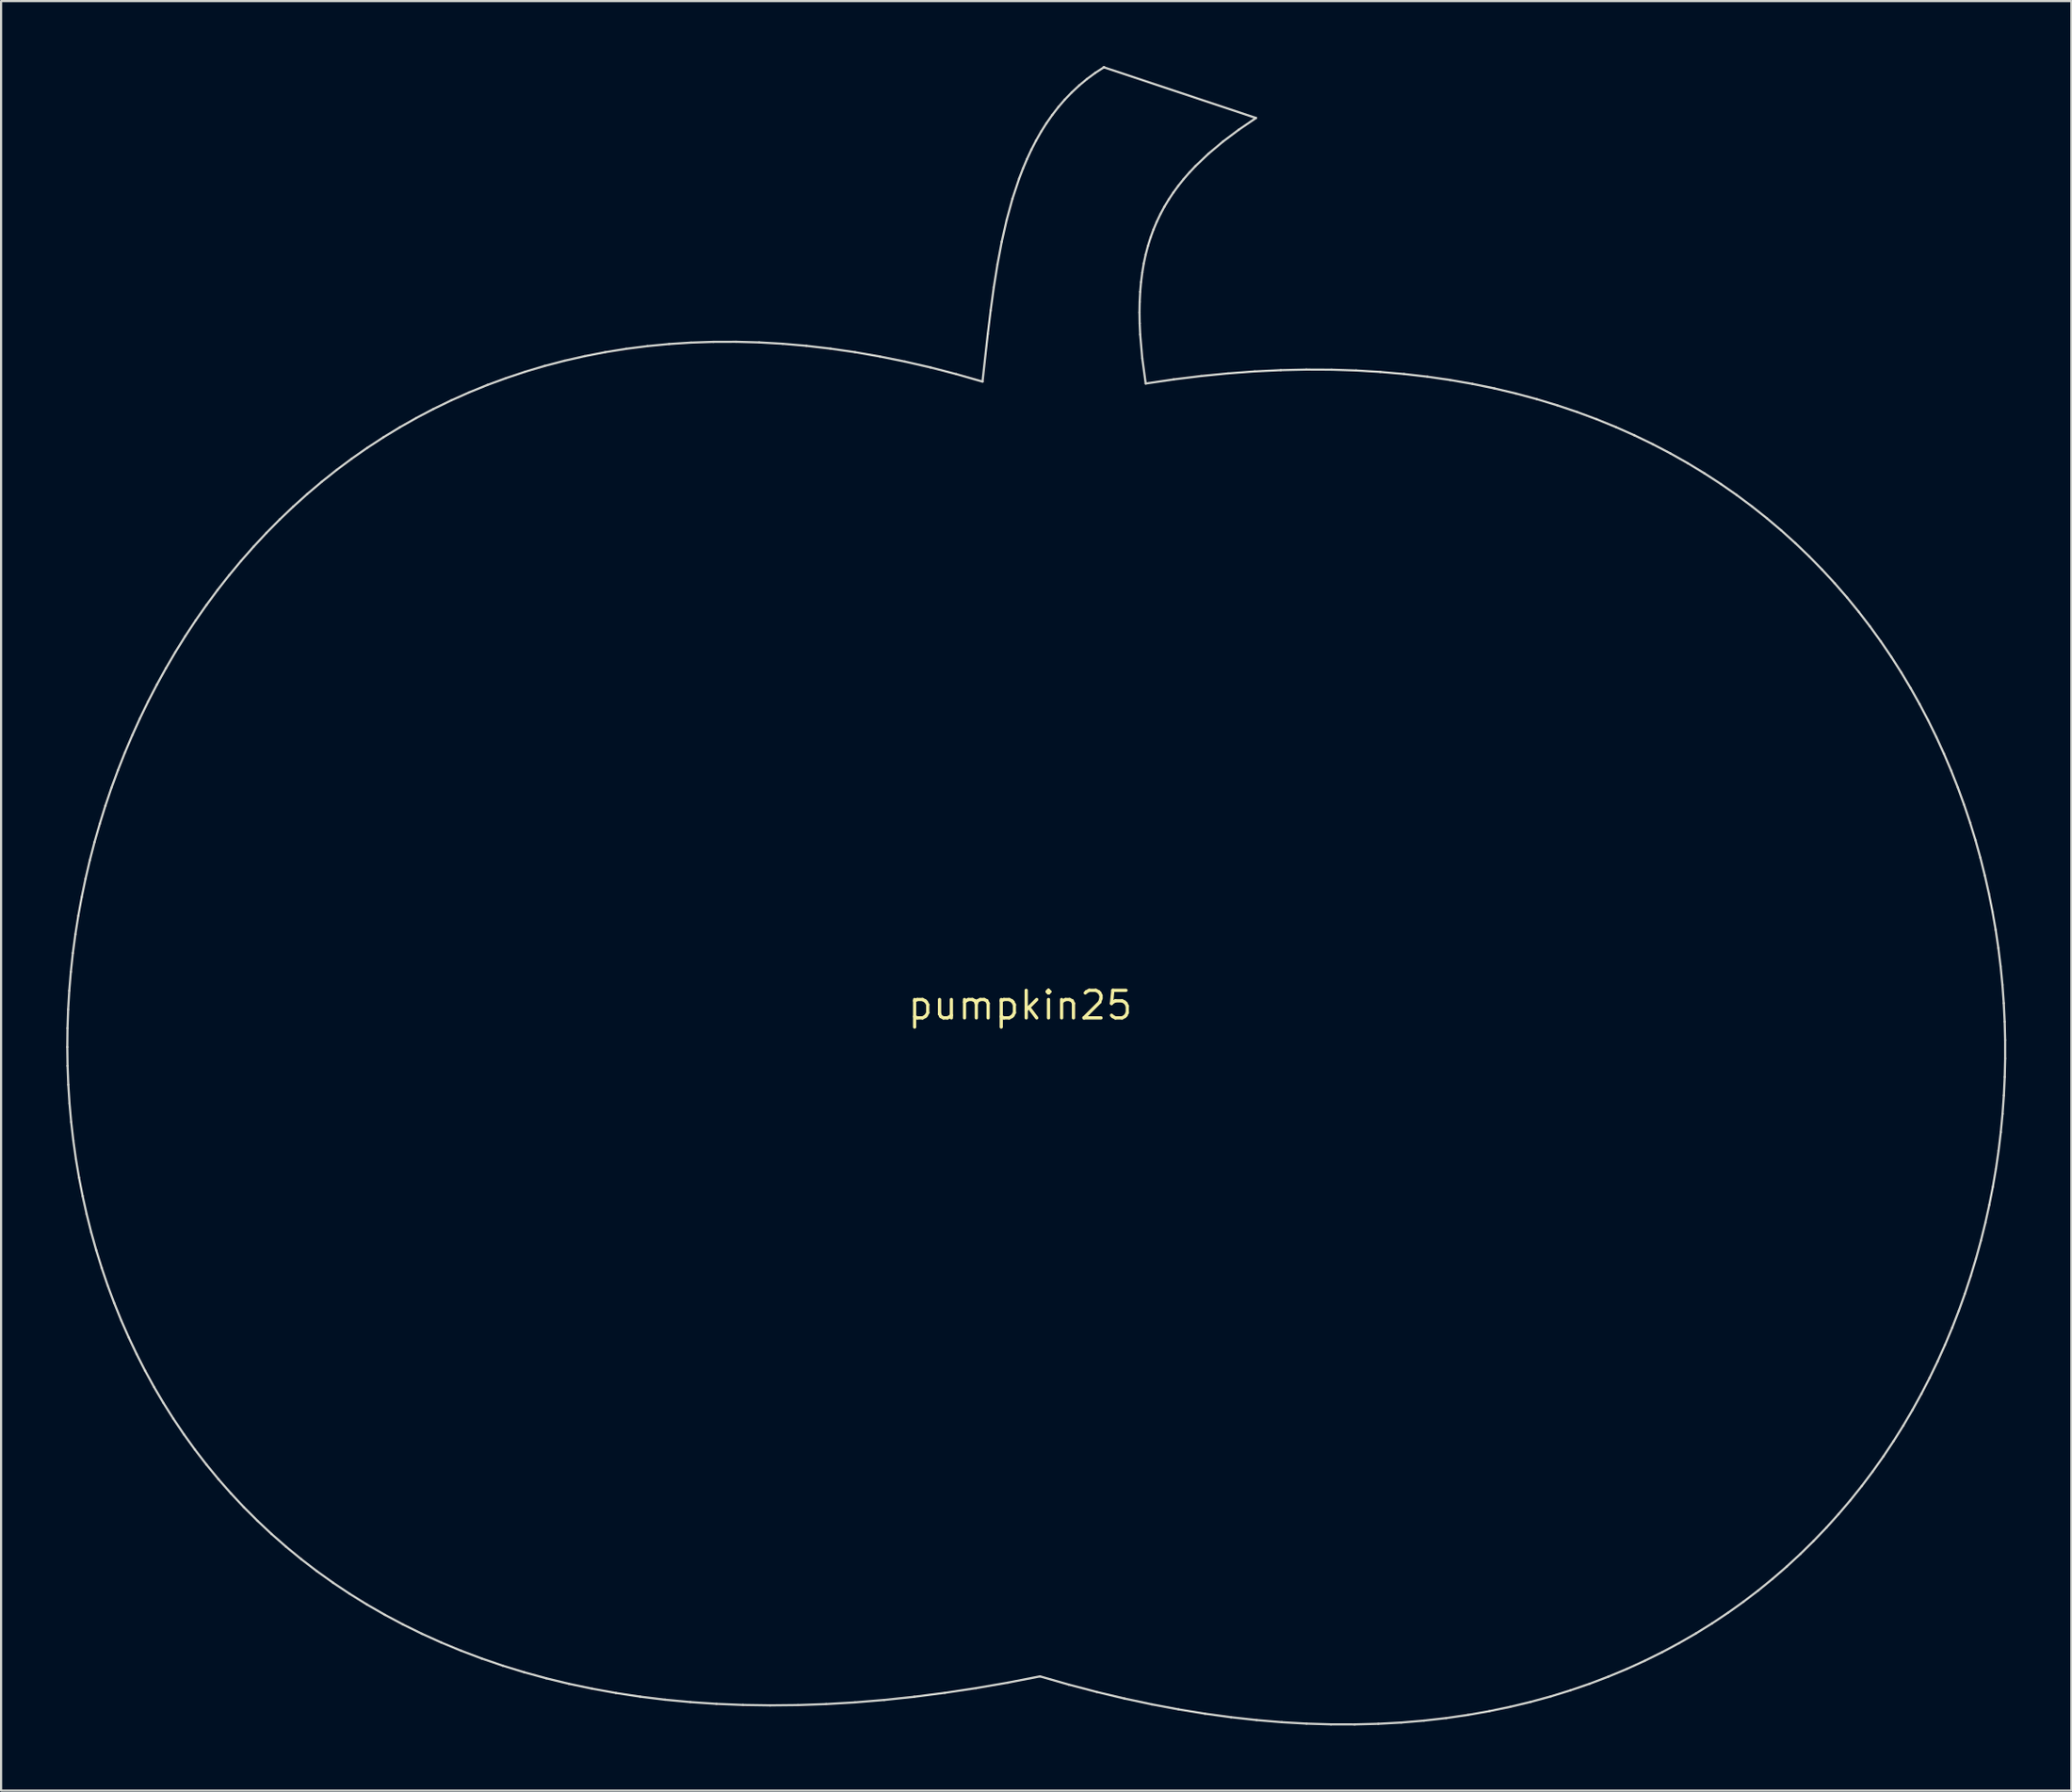
<source format=kicad_pcb>
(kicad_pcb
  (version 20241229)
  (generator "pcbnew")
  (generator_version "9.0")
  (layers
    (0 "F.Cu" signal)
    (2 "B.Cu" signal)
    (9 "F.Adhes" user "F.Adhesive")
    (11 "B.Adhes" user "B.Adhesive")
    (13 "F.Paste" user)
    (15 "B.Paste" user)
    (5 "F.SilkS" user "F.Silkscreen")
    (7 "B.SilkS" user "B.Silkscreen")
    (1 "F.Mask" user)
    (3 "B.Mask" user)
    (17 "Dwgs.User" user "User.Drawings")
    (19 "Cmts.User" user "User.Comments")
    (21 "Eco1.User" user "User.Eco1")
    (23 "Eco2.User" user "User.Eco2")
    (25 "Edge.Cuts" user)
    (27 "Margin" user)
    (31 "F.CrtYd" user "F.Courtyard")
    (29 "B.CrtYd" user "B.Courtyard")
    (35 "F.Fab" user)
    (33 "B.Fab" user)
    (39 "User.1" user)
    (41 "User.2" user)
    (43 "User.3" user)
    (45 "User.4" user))
  (footprint "pumpkin25"
    (layer "F.Cu")
    (at 43.953 43.276)
    (property "Reference" "pumpkin25" (at 0 0 0) (layer "F.SilkS") (effects (font (size 1.27 1.27) (thickness 0.15))))
    (attr through_hole)
    (fp_line (start -43.903 1.925) (end -43.891 2.791) (stroke (width 0.1) (type solid)) (layer "Edge.Cuts"))
    (fp_line (start -43.894 1.058) (end -43.903 1.925) (stroke (width 0.1) (type solid)) (layer "Edge.Cuts"))
    (fp_line (start -43.891 2.791) (end -43.857 3.656) (stroke (width 0.1) (type solid)) (layer "Edge.Cuts"))
    (fp_line (start -43.864 0.19) (end -43.894 1.058) (stroke (width 0.1) (type solid)) (layer "Edge.Cuts"))
    (fp_line (start -43.857 3.656) (end -43.801 4.519) (stroke (width 0.1) (type solid)) (layer "Edge.Cuts"))
    (fp_line (start -43.812 -0.676) (end -43.864 0.19) (stroke (width 0.1) (type solid)) (layer "Edge.Cuts"))
    (fp_line (start -43.801 4.519) (end -43.724 5.38) (stroke (width 0.1) (type solid)) (layer "Edge.Cuts"))
    (fp_line (start -43.739 -1.542) (end -43.812 -0.676) (stroke (width 0.1) (type solid)) (layer "Edge.Cuts"))
    (fp_line (start -43.724 5.38) (end -43.625 6.237) (stroke (width 0.1) (type solid)) (layer "Edge.Cuts"))
    (fp_line (start -43.646 -2.406) (end -43.739 -1.542) (stroke (width 0.1) (type solid)) (layer "Edge.Cuts"))
    (fp_line (start -43.625 6.237) (end -43.505 7.091) (stroke (width 0.1) (type solid)) (layer "Edge.Cuts"))
    (fp_line (start -43.531 -3.268) (end -43.646 -2.406) (stroke (width 0.1) (type solid)) (layer "Edge.Cuts"))
    (fp_line (start -43.505 7.091) (end -43.362 7.941) (stroke (width 0.1) (type solid)) (layer "Edge.Cuts"))
    (fp_line (start -43.395 -4.127) (end -43.531 -3.268) (stroke (width 0.1) (type solid)) (layer "Edge.Cuts"))
    (fp_line (start -43.362 7.941) (end -43.198 8.785) (stroke (width 0.1) (type solid)) (layer "Edge.Cuts"))
    (fp_line (start -43.239 -4.983) (end -43.395 -4.127) (stroke (width 0.1) (type solid)) (layer "Edge.Cuts"))
    (fp_line (start -43.198 8.785) (end -43.011 9.625) (stroke (width 0.1) (type solid)) (layer "Edge.Cuts"))
    (fp_line (start -43.062 -5.835) (end -43.239 -4.983) (stroke (width 0.1) (type solid)) (layer "Edge.Cuts"))
    (fp_line (start -43.011 9.625) (end -42.802 10.458) (stroke (width 0.1) (type solid)) (layer "Edge.Cuts"))
    (fp_line (start -42.865 -6.682) (end -43.062 -5.835) (stroke (width 0.1) (type solid)) (layer "Edge.Cuts"))
    (fp_line (start -42.802 10.458) (end -42.57 11.285) (stroke (width 0.1) (type solid)) (layer "Edge.Cuts"))
    (fp_line (start -42.647 -7.524) (end -42.865 -6.682) (stroke (width 0.1) (type solid)) (layer "Edge.Cuts"))
    (fp_line (start -42.57 11.285) (end -42.317 12.104) (stroke (width 0.1) (type solid)) (layer "Edge.Cuts"))
    (fp_line (start -42.408 -8.361) (end -42.647 -7.524) (stroke (width 0.1) (type solid)) (layer "Edge.Cuts"))
    (fp_line (start -42.317 12.104) (end -42.041 12.916) (stroke (width 0.1) (type solid)) (layer "Edge.Cuts"))
    (fp_line (start -42.15 -9.191) (end -42.408 -8.361) (stroke (width 0.1) (type solid)) (layer "Edge.Cuts"))
    (fp_line (start -42.041 12.916) (end -41.742 13.719) (stroke (width 0.1) (type solid)) (layer "Edge.Cuts"))
    (fp_line (start -41.871 -10.014) (end -42.15 -9.191) (stroke (width 0.1) (type solid)) (layer "Edge.Cuts"))
    (fp_line (start -41.742 13.719) (end -41.421 14.514) (stroke (width 0.1) (type solid)) (layer "Edge.Cuts"))
    (fp_line (start -41.571 -10.83) (end -41.871 -10.014) (stroke (width 0.1) (type solid)) (layer "Edge.Cuts"))
    (fp_line (start -41.421 14.514) (end -41.076 15.298) (stroke (width 0.1) (type solid)) (layer "Edge.Cuts"))
    (fp_line (start -41.252 -11.637) (end -41.571 -10.83) (stroke (width 0.1) (type solid)) (layer "Edge.Cuts"))
    (fp_line (start -41.076 15.298) (end -40.709 16.073) (stroke (width 0.1) (type solid)) (layer "Edge.Cuts"))
    (fp_line (start -40.913 -12.436) (end -41.252 -11.637) (stroke (width 0.1) (type solid)) (layer "Edge.Cuts"))
    (fp_line (start -40.709 16.073) (end -40.32 16.837) (stroke (width 0.1) (type solid)) (layer "Edge.Cuts"))
    (fp_line (start -40.554 -13.226) (end -40.913 -12.436) (stroke (width 0.1) (type solid)) (layer "Edge.Cuts"))
    (fp_line (start -40.32 16.837) (end -39.907 17.59) (stroke (width 0.1) (type solid)) (layer "Edge.Cuts"))
    (fp_line (start -40.176 -14.006) (end -40.554 -13.226) (stroke (width 0.1) (type solid)) (layer "Edge.Cuts"))
    (fp_line (start -39.907 17.59) (end -39.471 18.331) (stroke (width 0.1) (type solid)) (layer "Edge.Cuts"))
    (fp_line (start -39.777 -14.775) (end -40.176 -14.006) (stroke (width 0.1) (type solid)) (layer "Edge.Cuts"))
    (fp_line (start -39.471 18.331) (end -39.011 19.059) (stroke (width 0.1) (type solid)) (layer "Edge.Cuts"))
    (fp_line (start -39.359 -15.533) (end -39.777 -14.775) (stroke (width 0.1) (type solid)) (layer "Edge.Cuts"))
    (fp_line (start -39.011 19.059) (end -38.529 19.774) (stroke (width 0.1) (type solid)) (layer "Edge.Cuts"))
    (fp_line (start -38.922 -16.28) (end -39.359 -15.533) (stroke (width 0.1) (type solid)) (layer "Edge.Cuts"))
    (fp_line (start -38.529 19.774) (end -38.023 20.476) (stroke (width 0.1) (type solid)) (layer "Edge.Cuts"))
    (fp_line (start -38.465 -17.015) (end -38.922 -16.28) (stroke (width 0.1) (type solid)) (layer "Edge.Cuts"))
    (fp_line (start -38.023 20.476) (end -37.494 21.163) (stroke (width 0.1) (type solid)) (layer "Edge.Cuts"))
    (fp_line (start -37.989 -17.737) (end -38.465 -17.015) (stroke (width 0.1) (type solid)) (layer "Edge.Cuts"))
    (fp_line (start -37.494 21.163) (end -36.941 21.836) (stroke (width 0.1) (type solid)) (layer "Edge.Cuts"))
    (fp_line (start -37.493 -18.445) (end -37.989 -17.737) (stroke (width 0.1) (type solid)) (layer "Edge.Cuts"))
    (fp_line (start -36.979 -19.14) (end -37.493 -18.445) (stroke (width 0.1) (type solid)) (layer "Edge.Cuts"))
    (fp_line (start -36.941 21.836) (end -36.364 22.493) (stroke (width 0.1) (type solid)) (layer "Edge.Cuts"))
    (fp_line (start -36.445 -19.82) (end -36.979 -19.14) (stroke (width 0.1) (type solid)) (layer "Edge.Cuts"))
    (fp_line (start -36.364 22.493) (end -35.764 23.134) (stroke (width 0.1) (type solid)) (layer "Edge.Cuts"))
    (fp_line (start -35.892 -20.485) (end -36.445 -19.82) (stroke (width 0.1) (type solid)) (layer "Edge.Cuts"))
    (fp_line (start -35.764 23.134) (end -35.139 23.758) (stroke (width 0.1) (type solid)) (layer "Edge.Cuts"))
    (fp_line (start -35.321 -21.134) (end -35.892 -20.485) (stroke (width 0.1) (type solid)) (layer "Edge.Cuts"))
    (fp_line (start -35.139 23.758) (end -34.491 24.366) (stroke (width 0.1) (type solid)) (layer "Edge.Cuts"))
    (fp_line (start -34.731 -21.767) (end -35.321 -21.134) (stroke (width 0.1) (type solid)) (layer "Edge.Cuts"))
    (fp_line (start -34.491 24.366) (end -33.819 24.955) (stroke (width 0.1) (type solid)) (layer "Edge.Cuts"))
    (fp_line (start -34.122 -22.383) (end -34.731 -21.767) (stroke (width 0.1) (type solid)) (layer "Edge.Cuts"))
    (fp_line (start -33.819 24.955) (end -33.123 25.526) (stroke (width 0.1) (type solid)) (layer "Edge.Cuts"))
    (fp_line (start -33.494 -22.981) (end -34.122 -22.383) (stroke (width 0.1) (type solid)) (layer "Edge.Cuts"))
    (fp_line (start -33.123 25.526) (end -32.403 26.079) (stroke (width 0.1) (type solid)) (layer "Edge.Cuts"))
    (fp_line (start -32.848 -23.562) (end -33.494 -22.981) (stroke (width 0.1) (type solid)) (layer "Edge.Cuts"))
    (fp_line (start -32.403 26.079) (end -31.658 26.611) (stroke (width 0.1) (type solid)) (layer "Edge.Cuts"))
    (fp_line (start -32.184 -24.123) (end -32.848 -23.562) (stroke (width 0.1) (type solid)) (layer "Edge.Cuts"))
    (fp_line (start -31.658 26.611) (end -30.889 27.124) (stroke (width 0.1) (type solid)) (layer "Edge.Cuts"))
    (fp_line (start -31.501 -24.666) (end -32.184 -24.123) (stroke (width 0.1) (type solid)) (layer "Edge.Cuts"))
    (fp_line (start -30.889 27.124) (end -30.095 27.616) (stroke (width 0.1) (type solid)) (layer "Edge.Cuts"))
    (fp_line (start -30.8 -25.189) (end -31.501 -24.666) (stroke (width 0.1) (type solid)) (layer "Edge.Cuts"))
    (fp_line (start -30.095 27.616) (end -29.277 28.086) (stroke (width 0.1) (type solid)) (layer "Edge.Cuts"))
    (fp_line (start -30.081 -25.691) (end -30.8 -25.189) (stroke (width 0.1) (type solid)) (layer "Edge.Cuts"))
    (fp_line (start -29.344 -26.172) (end -30.081 -25.691) (stroke (width 0.1) (type solid)) (layer "Edge.Cuts"))
    (fp_line (start -29.277 28.086) (end -28.434 28.535) (stroke (width 0.1) (type solid)) (layer "Edge.Cuts"))
    (fp_line (start -28.589 -26.632) (end -29.344 -26.172) (stroke (width 0.1) (type solid)) (layer "Edge.Cuts"))
    (fp_line (start -28.434 28.535) (end -27.567 28.961) (stroke (width 0.1) (type solid)) (layer "Edge.Cuts"))
    (fp_line (start -27.816 -27.07) (end -28.589 -26.632) (stroke (width 0.1) (type solid)) (layer "Edge.Cuts"))
    (fp_line (start -27.567 28.961) (end -26.674 29.365) (stroke (width 0.1) (type solid)) (layer "Edge.Cuts"))
    (fp_line (start -27.025 -27.485) (end -27.816 -27.07) (stroke (width 0.1) (type solid)) (layer "Edge.Cuts"))
    (fp_line (start -26.674 29.365) (end -25.757 29.744) (stroke (width 0.1) (type solid)) (layer "Edge.Cuts"))
    (fp_line (start -26.216 -27.876) (end -27.025 -27.485) (stroke (width 0.1) (type solid)) (layer "Edge.Cuts"))
    (fp_line (start -25.757 29.744) (end -24.815 30.1) (stroke (width 0.1) (type solid)) (layer "Edge.Cuts"))
    (fp_line (start -25.39 -28.244) (end -26.216 -27.876) (stroke (width 0.1) (type solid)) (layer "Edge.Cuts"))
    (fp_line (start -24.815 30.1) (end -23.848 30.43) (stroke (width 0.1) (type solid)) (layer "Edge.Cuts"))
    (fp_line (start -24.547 -28.587) (end -25.39 -28.244) (stroke (width 0.1) (type solid)) (layer "Edge.Cuts"))
    (fp_line (start -23.848 30.43) (end -22.855 30.735) (stroke (width 0.1) (type solid)) (layer "Edge.Cuts"))
    (fp_line (start -23.686 -28.904) (end -24.547 -28.587) (stroke (width 0.1) (type solid)) (layer "Edge.Cuts"))
    (fp_line (start -22.855 30.735) (end -21.837 31.014) (stroke (width 0.1) (type solid)) (layer "Edge.Cuts"))
    (fp_line (start -22.807 -29.197) (end -23.686 -28.904) (stroke (width 0.1) (type solid)) (layer "Edge.Cuts"))
    (fp_line (start -21.912 -29.463) (end -22.807 -29.197) (stroke (width 0.1) (type solid)) (layer "Edge.Cuts"))
    (fp_line (start -21.837 31.014) (end -20.794 31.267) (stroke (width 0.1) (type solid)) (layer "Edge.Cuts"))
    (fp_line (start -20.999 -29.702) (end -21.912 -29.463) (stroke (width 0.1) (type solid)) (layer "Edge.Cuts"))
    (fp_line (start -20.794 31.267) (end -19.725 31.492) (stroke (width 0.1) (type solid)) (layer "Edge.Cuts"))
    (fp_line (start -20.069 -29.913) (end -20.999 -29.702) (stroke (width 0.1) (type solid)) (layer "Edge.Cuts"))
    (fp_line (start -19.725 31.492) (end -18.631 31.69) (stroke (width 0.1) (type solid)) (layer "Edge.Cuts"))
    (fp_line (start -19.122 -30.097) (end -20.069 -29.913) (stroke (width 0.1) (type solid)) (layer "Edge.Cuts"))
    (fp_line (start -18.631 31.69) (end -17.511 31.859) (stroke (width 0.1) (type solid)) (layer "Edge.Cuts"))
    (fp_line (start -18.159 -30.252) (end -19.122 -30.097) (stroke (width 0.1) (type solid)) (layer "Edge.Cuts"))
    (fp_line (start -17.511 31.859) (end -16.366 32) (stroke (width 0.1) (type solid)) (layer "Edge.Cuts"))
    (fp_line (start -17.178 -30.377) (end -18.159 -30.252) (stroke (width 0.1) (type solid)) (layer "Edge.Cuts"))
    (fp_line (start -16.366 32) (end -15.194 32.11) (stroke (width 0.1) (type solid)) (layer "Edge.Cuts"))
    (fp_line (start -16.181 -30.473) (end -17.178 -30.377) (stroke (width 0.1) (type solid)) (layer "Edge.Cuts"))
    (fp_line (start -15.194 32.11) (end -13.997 32.191) (stroke (width 0.1) (type solid)) (layer "Edge.Cuts"))
    (fp_line (start -15.167 -30.539) (end -16.181 -30.473) (stroke (width 0.1) (type solid)) (layer "Edge.Cuts"))
    (fp_line (start -14.137 -30.573) (end -15.167 -30.539) (stroke (width 0.1) (type solid)) (layer "Edge.Cuts"))
    (fp_line (start -13.997 32.191) (end -12.774 32.241) (stroke (width 0.1) (type solid)) (layer "Edge.Cuts"))
    (fp_line (start -13.091 -30.576) (end -14.137 -30.573) (stroke (width 0.1) (type solid)) (layer "Edge.Cuts"))
    (fp_line (start -12.774 32.241) (end -11.524 32.26) (stroke (width 0.1) (type solid)) (layer "Edge.Cuts"))
    (fp_line (start -12.028 -30.547) (end -13.091 -30.576) (stroke (width 0.1) (type solid)) (layer "Edge.Cuts"))
    (fp_line (start -11.524 32.26) (end -10.249 32.247) (stroke (width 0.1) (type solid)) (layer "Edge.Cuts"))
    (fp_line (start -10.948 -30.485) (end -12.028 -30.547) (stroke (width 0.1) (type solid)) (layer "Edge.Cuts"))
    (fp_line (start -10.249 32.247) (end -8.947 32.201) (stroke (width 0.1) (type solid)) (layer "Edge.Cuts"))
    (fp_line (start -9.853 -30.39) (end -10.948 -30.485) (stroke (width 0.1) (type solid)) (layer "Edge.Cuts"))
    (fp_line (start -8.947 32.201) (end -7.619 32.123) (stroke (width 0.1) (type solid)) (layer "Edge.Cuts"))
    (fp_line (start -8.741 -30.26) (end -9.853 -30.39) (stroke (width 0.1) (type solid)) (layer "Edge.Cuts"))
    (fp_line (start -7.619 32.123) (end -6.264 32.011) (stroke (width 0.1) (type solid)) (layer "Edge.Cuts"))
    (fp_line (start -7.614 -30.097) (end -8.741 -30.26) (stroke (width 0.1) (type solid)) (layer "Edge.Cuts"))
    (fp_line (start -6.47 -29.898) (end -7.614 -30.097) (stroke (width 0.1) (type solid)) (layer "Edge.Cuts"))
    (fp_line (start -6.264 32.011) (end -4.883 31.864) (stroke (width 0.1) (type solid)) (layer "Edge.Cuts"))
    (fp_line (start -5.311 -29.663) (end -6.47 -29.898) (stroke (width 0.1) (type solid)) (layer "Edge.Cuts"))
    (fp_line (start -4.883 31.864) (end -3.475 31.683) (stroke (width 0.1) (type solid)) (layer "Edge.Cuts"))
    (fp_line (start -4.136 -29.393) (end -5.311 -29.663) (stroke (width 0.1) (type solid)) (layer "Edge.Cuts"))
    (fp_line (start -3.475 31.683) (end -2.04 31.467) (stroke (width 0.1) (type solid)) (layer "Edge.Cuts"))
    (fp_line (start -2.946 -29.085) (end -4.136 -29.393) (stroke (width 0.1) (type solid)) (layer "Edge.Cuts"))
    (fp_line (start -2.04 31.467) (end -0.579 31.214) (stroke (width 0.1) (type solid)) (layer "Edge.Cuts"))
    (fp_line (start -1.74 -28.74) (end -2.946 -29.085) (stroke (width 0.1) (type solid)) (layer "Edge.Cuts"))
    (fp_line (start -1.498 -30.932) (end -1.74 -28.74) (stroke (width 0.1) (type solid)) (layer "Edge.Cuts"))
    (fp_line (start -1.366 -32.018) (end -1.498 -30.932) (stroke (width 0.1) (type solid)) (layer "Edge.Cuts"))
    (fp_line (start -1.219 -33.092) (end -1.366 -32.018) (stroke (width 0.1) (type solid)) (layer "Edge.Cuts"))
    (fp_line (start -1.05 -34.149) (end -1.219 -33.092) (stroke (width 0.1) (type solid)) (layer "Edge.Cuts"))
    (fp_line (start -0.855 -35.183) (end -1.05 -34.149) (stroke (width 0.1) (type solid)) (layer "Edge.Cuts"))
    (fp_line (start -0.628 -36.19) (end -0.855 -35.183) (stroke (width 0.1) (type solid)) (layer "Edge.Cuts"))
    (fp_line (start -0.579 31.214) (end 0.909 30.925) (stroke (width 0.1) (type solid)) (layer "Edge.Cuts"))
    (fp_line (start -0.362 -37.164) (end -0.628 -36.19) (stroke (width 0.1) (type solid)) (layer "Edge.Cuts"))
    (fp_line (start -0.051 -38.102) (end -0.362 -37.164) (stroke (width 0.1) (type solid)) (layer "Edge.Cuts"))
    (fp_line (start 0.123 -38.556) (end -0.051 -38.102) (stroke (width 0.1) (type solid)) (layer "Edge.Cuts"))
    (fp_line (start 0.31 -38.999) (end 0.123 -38.556) (stroke (width 0.1) (type solid)) (layer "Edge.Cuts"))
    (fp_line (start 0.51 -39.429) (end 0.31 -38.999) (stroke (width 0.1) (type solid)) (layer "Edge.Cuts"))
    (fp_line (start 0.726 -39.848) (end 0.51 -39.429) (stroke (width 0.1) (type solid)) (layer "Edge.Cuts"))
    (fp_line (start 0.909 30.925) (end 2.225 31.302) (stroke (width 0.1) (type solid)) (layer "Edge.Cuts"))
    (fp_line (start 0.957 -40.254) (end 0.726 -39.848) (stroke (width 0.1) (type solid)) (layer "Edge.Cuts"))
    (fp_line (start 1.204 -40.646) (end 0.957 -40.254) (stroke (width 0.1) (type solid)) (layer "Edge.Cuts"))
    (fp_line (start 1.469 -41.024) (end 1.204 -40.646) (stroke (width 0.1) (type solid)) (layer "Edge.Cuts"))
    (fp_line (start 1.75 -41.388) (end 1.469 -41.024) (stroke (width 0.1) (type solid)) (layer "Edge.Cuts"))
    (fp_line (start 2.05 -41.736) (end 1.75 -41.388) (stroke (width 0.1) (type solid)) (layer "Edge.Cuts"))
    (fp_line (start 2.225 31.302) (end 3.52 31.642) (stroke (width 0.1) (type solid)) (layer "Edge.Cuts"))
    (fp_line (start 2.37 -42.068) (end 2.05 -41.736) (stroke (width 0.1) (type solid)) (layer "Edge.Cuts"))
    (fp_line (start 2.709 -42.384) (end 2.37 -42.068) (stroke (width 0.1) (type solid)) (layer "Edge.Cuts"))
    (fp_line (start 3.068 -42.683) (end 2.709 -42.384) (stroke (width 0.1) (type solid)) (layer "Edge.Cuts"))
    (fp_line (start 3.449 -42.964) (end 3.068 -42.683) (stroke (width 0.1) (type solid)) (layer "Edge.Cuts"))
    (fp_line (start 3.52 31.642) (end 4.797 31.945) (stroke (width 0.1) (type solid)) (layer "Edge.Cuts"))
    (fp_line (start 3.852 -43.226) (end 3.852 -43.226) (stroke (width 0.1) (type solid)) (layer "Edge.Cuts"))
    (fp_line (start 3.852 -43.226) (end 3.449 -42.964) (stroke (width 0.1) (type solid)) (layer "Edge.Cuts"))
    (fp_line (start 3.852 -43.224) (end 3.852 -43.226) (stroke (width 0.1) (type solid)) (layer "Edge.Cuts"))
    (fp_line (start 4.797 31.945) (end 6.054 32.213) (stroke (width 0.1) (type solid)) (layer "Edge.Cuts"))
    (fp_line (start 5.491 -31.928) (end 5.499 -32.411) (stroke (width 0.1) (type solid)) (layer "Edge.Cuts"))
    (fp_line (start 5.499 -31.428) (end 5.491 -31.928) (stroke (width 0.1) (type solid)) (layer "Edge.Cuts"))
    (fp_line (start 5.499 -32.411) (end 5.523 -32.878) (stroke (width 0.1) (type solid)) (layer "Edge.Cuts"))
    (fp_line (start 5.523 -30.91) (end 5.499 -31.428) (stroke (width 0.1) (type solid)) (layer "Edge.Cuts"))
    (fp_line (start 5.523 -32.878) (end 5.563 -33.33) (stroke (width 0.1) (type solid)) (layer "Edge.Cuts"))
    (fp_line (start 5.563 -33.33) (end 5.619 -33.766) (stroke (width 0.1) (type solid)) (layer "Edge.Cuts"))
    (fp_line (start 5.618 -29.82) (end 5.523 -30.91) (stroke (width 0.1) (type solid)) (layer "Edge.Cuts"))
    (fp_line (start 5.619 -33.766) (end 5.69 -34.189) (stroke (width 0.1) (type solid)) (layer "Edge.Cuts"))
    (fp_line (start 5.69 -34.189) (end 5.778 -34.598) (stroke (width 0.1) (type solid)) (layer "Edge.Cuts"))
    (fp_line (start 5.778 -34.598) (end 5.882 -34.993) (stroke (width 0.1) (type solid)) (layer "Edge.Cuts"))
    (fp_line (start 5.778 -28.652) (end 5.618 -29.82) (stroke (width 0.1) (type solid)) (layer "Edge.Cuts"))
    (fp_line (start 5.882 -34.993) (end 6.001 -35.377) (stroke (width 0.1) (type solid)) (layer "Edge.Cuts"))
    (fp_line (start 6.001 -35.377) (end 6.136 -35.748) (stroke (width 0.1) (type solid)) (layer "Edge.Cuts"))
    (fp_line (start 6.054 32.213) (end 7.291 32.446) (stroke (width 0.1) (type solid)) (layer "Edge.Cuts"))
    (fp_line (start 6.136 -35.748) (end 6.288 -36.109) (stroke (width 0.1) (type solid)) (layer "Edge.Cuts"))
    (fp_line (start 6.288 -36.109) (end 6.455 -36.459) (stroke (width 0.1) (type solid)) (layer "Edge.Cuts"))
    (fp_line (start 6.455 -36.459) (end 6.638 -36.799) (stroke (width 0.1) (type solid)) (layer "Edge.Cuts"))
    (fp_line (start 6.638 -36.799) (end 6.837 -37.13) (stroke (width 0.1) (type solid)) (layer "Edge.Cuts"))
    (fp_line (start 6.837 -37.13) (end 7.051 -37.453) (stroke (width 0.1) (type solid)) (layer "Edge.Cuts"))
    (fp_line (start 7.051 -37.453) (end 7.282 -37.767) (stroke (width 0.1) (type solid)) (layer "Edge.Cuts"))
    (fp_line (start 7.065 -28.842) (end 5.778 -28.652) (stroke (width 0.1) (type solid)) (layer "Edge.Cuts"))
    (fp_line (start 7.282 -37.767) (end 7.528 -38.075) (stroke (width 0.1) (type solid)) (layer "Edge.Cuts"))
    (fp_line (start 7.291 32.446) (end 8.51 32.644) (stroke (width 0.1) (type solid)) (layer "Edge.Cuts"))
    (fp_line (start 7.528 -38.075) (end 7.79 -38.375) (stroke (width 0.1) (type solid)) (layer "Edge.Cuts"))
    (fp_line (start 7.79 -38.375) (end 8.068 -38.67) (stroke (width 0.1) (type solid)) (layer "Edge.Cuts"))
    (fp_line (start 8.068 -38.67) (end 8.671 -39.244) (stroke (width 0.1) (type solid)) (layer "Edge.Cuts"))
    (fp_line (start 8.331 -28.998) (end 7.065 -28.842) (stroke (width 0.1) (type solid)) (layer "Edge.Cuts"))
    (fp_line (start 8.51 32.644) (end 9.708 32.808) (stroke (width 0.1) (type solid)) (layer "Edge.Cuts"))
    (fp_line (start 8.671 -39.244) (end 9.337 -39.802) (stroke (width 0.1) (type solid)) (layer "Edge.Cuts"))
    (fp_line (start 9.337 -39.802) (end 10.066 -40.349) (stroke (width 0.1) (type solid)) (layer "Edge.Cuts"))
    (fp_line (start 9.575 -29.12) (end 8.331 -28.998) (stroke (width 0.1) (type solid)) (layer "Edge.Cuts"))
    (fp_line (start 9.708 32.808) (end 10.888 32.939) (stroke (width 0.1) (type solid)) (layer "Edge.Cuts"))
    (fp_line (start 10.066 -40.349) (end 10.858 -40.889) (stroke (width 0.1) (type solid)) (layer "Edge.Cuts"))
    (fp_line (start 10.798 -29.21) (end 9.575 -29.12) (stroke (width 0.1) (type solid)) (layer "Edge.Cuts"))
    (fp_line (start 10.858 -40.889) (end 3.852 -43.224) (stroke (width 0.1) (type solid)) (layer "Edge.Cuts"))
    (fp_line (start 10.888 32.939) (end 12.047 33.037) (stroke (width 0.1) (type solid)) (layer "Edge.Cuts"))
    (fp_line (start 11.999 -29.267) (end 10.798 -29.21) (stroke (width 0.1) (type solid)) (layer "Edge.Cuts"))
    (fp_line (start 12.047 33.037) (end 13.188 33.102) (stroke (width 0.1) (type solid)) (layer "Edge.Cuts"))
    (fp_line (start 13.178 -29.293) (end 11.999 -29.267) (stroke (width 0.1) (type solid)) (layer "Edge.Cuts"))
    (fp_line (start 13.188 33.102) (end 14.309 33.136) (stroke (width 0.1) (type solid)) (layer "Edge.Cuts"))
    (fp_line (start 14.309 33.136) (end 15.41 33.138) (stroke (width 0.1) (type solid)) (layer "Edge.Cuts"))
    (fp_line (start 14.336 -29.288) (end 13.178 -29.293) (stroke (width 0.1) (type solid)) (layer "Edge.Cuts"))
    (fp_line (start 15.41 33.138) (end 16.492 33.11) (stroke (width 0.1) (type solid)) (layer "Edge.Cuts"))
    (fp_line (start 15.473 -29.252) (end 14.336 -29.288) (stroke (width 0.1) (type solid)) (layer "Edge.Cuts"))
    (fp_line (start 16.492 33.11) (end 17.554 33.052) (stroke (width 0.1) (type solid)) (layer "Edge.Cuts"))
    (fp_line (start 16.587 -29.186) (end 15.473 -29.252) (stroke (width 0.1) (type solid)) (layer "Edge.Cuts"))
    (fp_line (start 17.554 33.052) (end 18.596 32.964) (stroke (width 0.1) (type solid)) (layer "Edge.Cuts"))
    (fp_line (start 17.681 -29.091) (end 16.587 -29.186) (stroke (width 0.1) (type solid)) (layer "Edge.Cuts"))
    (fp_line (start 18.596 32.964) (end 19.619 32.847) (stroke (width 0.1) (type solid)) (layer "Edge.Cuts"))
    (fp_line (start 18.753 -28.967) (end 17.681 -29.091) (stroke (width 0.1) (type solid)) (layer "Edge.Cuts"))
    (fp_line (start 19.619 32.847) (end 20.623 32.701) (stroke (width 0.1) (type solid)) (layer "Edge.Cuts"))
    (fp_line (start 19.803 -28.815) (end 18.753 -28.967) (stroke (width 0.1) (type solid)) (layer "Edge.Cuts"))
    (fp_line (start 20.623 32.701) (end 21.606 32.528) (stroke (width 0.1) (type solid)) (layer "Edge.Cuts"))
    (fp_line (start 20.832 -28.635) (end 19.803 -28.815) (stroke (width 0.1) (type solid)) (layer "Edge.Cuts"))
    (fp_line (start 21.606 32.528) (end 22.57 32.328) (stroke (width 0.1) (type solid)) (layer "Edge.Cuts"))
    (fp_line (start 21.84 -28.428) (end 20.832 -28.635) (stroke (width 0.1) (type solid)) (layer "Edge.Cuts"))
    (fp_line (start 22.57 32.328) (end 23.515 32.1) (stroke (width 0.1) (type solid)) (layer "Edge.Cuts"))
    (fp_line (start 22.826 -28.194) (end 21.84 -28.428) (stroke (width 0.1) (type solid)) (layer "Edge.Cuts"))
    (fp_line (start 23.515 32.1) (end 24.439 31.847) (stroke (width 0.1) (type solid)) (layer "Edge.Cuts"))
    (fp_line (start 23.79 -27.934) (end 22.826 -28.194) (stroke (width 0.1) (type solid)) (layer "Edge.Cuts"))
    (fp_line (start 24.439 31.847) (end 25.344 31.568) (stroke (width 0.1) (type solid)) (layer "Edge.Cuts"))
    (fp_line (start 24.734 -27.649) (end 23.79 -27.934) (stroke (width 0.1) (type solid)) (layer "Edge.Cuts"))
    (fp_line (start 25.344 31.568) (end 26.23 31.264) (stroke (width 0.1) (type solid)) (layer "Edge.Cuts"))
    (fp_line (start 25.656 -27.338) (end 24.734 -27.649) (stroke (width 0.1) (type solid)) (layer "Edge.Cuts"))
    (fp_line (start 26.23 31.264) (end 27.095 30.935) (stroke (width 0.1) (type solid)) (layer "Edge.Cuts"))
    (fp_line (start 26.557 -27.004) (end 25.656 -27.338) (stroke (width 0.1) (type solid)) (layer "Edge.Cuts"))
    (fp_line (start 27.095 30.935) (end 27.941 30.583) (stroke (width 0.1) (type solid)) (layer "Edge.Cuts"))
    (fp_line (start 27.436 -26.646) (end 26.557 -27.004) (stroke (width 0.1) (type solid)) (layer "Edge.Cuts"))
    (fp_line (start 27.941 30.583) (end 28.767 30.207) (stroke (width 0.1) (type solid)) (layer "Edge.Cuts"))
    (fp_line (start 28.294 -26.264) (end 27.436 -26.646) (stroke (width 0.1) (type solid)) (layer "Edge.Cuts"))
    (fp_line (start 28.767 30.207) (end 29.573 29.808) (stroke (width 0.1) (type solid)) (layer "Edge.Cuts"))
    (fp_line (start 29.131 -25.86) (end 28.294 -26.264) (stroke (width 0.1) (type solid)) (layer "Edge.Cuts"))
    (fp_line (start 29.573 29.808) (end 30.359 29.387) (stroke (width 0.1) (type solid)) (layer "Edge.Cuts"))
    (fp_line (start 29.947 -25.433) (end 29.131 -25.86) (stroke (width 0.1) (type solid)) (layer "Edge.Cuts"))
    (fp_line (start 30.359 29.387) (end 31.126 28.945) (stroke (width 0.1) (type solid)) (layer "Edge.Cuts"))
    (fp_line (start 30.741 -24.985) (end 29.947 -25.433) (stroke (width 0.1) (type solid)) (layer "Edge.Cuts"))
    (fp_line (start 31.126 28.945) (end 31.872 28.481) (stroke (width 0.1) (type solid)) (layer "Edge.Cuts"))
    (fp_line (start 31.514 -24.516) (end 30.741 -24.985) (stroke (width 0.1) (type solid)) (layer "Edge.Cuts"))
    (fp_line (start 31.872 28.481) (end 32.599 27.997) (stroke (width 0.1) (type solid)) (layer "Edge.Cuts"))
    (fp_line (start 32.266 -24.027) (end 31.514 -24.516) (stroke (width 0.1) (type solid)) (layer "Edge.Cuts"))
    (fp_line (start 32.599 27.997) (end 33.306 27.492) (stroke (width 0.1) (type solid)) (layer "Edge.Cuts"))
    (fp_line (start 32.997 -23.518) (end 32.266 -24.027) (stroke (width 0.1) (type solid)) (layer "Edge.Cuts"))
    (fp_line (start 33.306 27.492) (end 33.993 26.969) (stroke (width 0.1) (type solid)) (layer "Edge.Cuts"))
    (fp_line (start 33.707 -22.989) (end 32.997 -23.518) (stroke (width 0.1) (type solid)) (layer "Edge.Cuts"))
    (fp_line (start 33.993 26.969) (end 34.66 26.426) (stroke (width 0.1) (type solid)) (layer "Edge.Cuts"))
    (fp_line (start 34.395 -22.442) (end 33.707 -22.989) (stroke (width 0.1) (type solid)) (layer "Edge.Cuts"))
    (fp_line (start 34.66 26.426) (end 35.307 25.865) (stroke (width 0.1) (type solid)) (layer "Edge.Cuts"))
    (fp_line (start 35.063 -21.877) (end 34.395 -22.442) (stroke (width 0.1) (type solid)) (layer "Edge.Cuts"))
    (fp_line (start 35.307 25.865) (end 35.934 25.286) (stroke (width 0.1) (type solid)) (layer "Edge.Cuts"))
    (fp_line (start 35.709 -21.294) (end 35.063 -21.877) (stroke (width 0.1) (type solid)) (layer "Edge.Cuts"))
    (fp_line (start 35.934 25.286) (end 36.541 24.69) (stroke (width 0.1) (type solid)) (layer "Edge.Cuts"))
    (fp_line (start 36.334 -20.694) (end 35.709 -21.294) (stroke (width 0.1) (type solid)) (layer "Edge.Cuts"))
    (fp_line (start 36.541 24.69) (end 37.128 24.078) (stroke (width 0.1) (type solid)) (layer "Edge.Cuts"))
    (fp_line (start 36.938 -20.077) (end 36.334 -20.694) (stroke (width 0.1) (type solid)) (layer "Edge.Cuts"))
    (fp_line (start 37.128 24.078) (end 37.695 23.449) (stroke (width 0.1) (type solid)) (layer "Edge.Cuts"))
    (fp_line (start 37.521 -19.445) (end 36.938 -20.077) (stroke (width 0.1) (type solid)) (layer "Edge.Cuts"))
    (fp_line (start 37.695 23.449) (end 38.242 22.805) (stroke (width 0.1) (type solid)) (layer "Edge.Cuts"))
    (fp_line (start 38.083 -18.797) (end 37.521 -19.445) (stroke (width 0.1) (type solid)) (layer "Edge.Cuts"))
    (fp_line (start 38.242 22.805) (end 38.769 22.146) (stroke (width 0.1) (type solid)) (layer "Edge.Cuts"))
    (fp_line (start 38.624 -18.134) (end 38.083 -18.797) (stroke (width 0.1) (type solid)) (layer "Edge.Cuts"))
    (fp_line (start 38.769 22.146) (end 39.276 21.473) (stroke (width 0.1) (type solid)) (layer "Edge.Cuts"))
    (fp_line (start 39.144 -17.457) (end 38.624 -18.134) (stroke (width 0.1) (type solid)) (layer "Edge.Cuts"))
    (fp_line (start 39.276 21.473) (end 39.763 20.785) (stroke (width 0.1) (type solid)) (layer "Edge.Cuts"))
    (fp_line (start 39.643 -16.767) (end 39.144 -17.457) (stroke (width 0.1) (type solid)) (layer "Edge.Cuts"))
    (fp_line (start 39.763 20.785) (end 40.229 20.085) (stroke (width 0.1) (type solid)) (layer "Edge.Cuts"))
    (fp_line (start 40.121 -16.063) (end 39.643 -16.767) (stroke (width 0.1) (type solid)) (layer "Edge.Cuts"))
    (fp_line (start 40.229 20.085) (end 40.676 19.372) (stroke (width 0.1) (type solid)) (layer "Edge.Cuts"))
    (fp_line (start 40.578 -15.347) (end 40.121 -16.063) (stroke (width 0.1) (type solid)) (layer "Edge.Cuts"))
    (fp_line (start 40.676 19.372) (end 41.102 18.646) (stroke (width 0.1) (type solid)) (layer "Edge.Cuts"))
    (fp_line (start 41.014 -14.618) (end 40.578 -15.347) (stroke (width 0.1) (type solid)) (layer "Edge.Cuts"))
    (fp_line (start 41.102 18.646) (end 41.509 17.909) (stroke (width 0.1) (type solid)) (layer "Edge.Cuts"))
    (fp_line (start 41.43 -13.878) (end 41.014 -14.618) (stroke (width 0.1) (type solid)) (layer "Edge.Cuts"))
    (fp_line (start 41.509 17.909) (end 41.895 17.161) (stroke (width 0.1) (type solid)) (layer "Edge.Cuts"))
    (fp_line (start 41.824 -13.128) (end 41.43 -13.878) (stroke (width 0.1) (type solid)) (layer "Edge.Cuts"))
    (fp_line (start 41.895 17.161) (end 42.261 16.403) (stroke (width 0.1) (type solid)) (layer "Edge.Cuts"))
    (fp_line (start 42.198 -12.367) (end 41.824 -13.128) (stroke (width 0.1) (type solid)) (layer "Edge.Cuts"))
    (fp_line (start 42.261 16.403) (end 42.606 15.635) (stroke (width 0.1) (type solid)) (layer "Edge.Cuts"))
    (fp_line (start 42.55 -11.596) (end 42.198 -12.367) (stroke (width 0.1) (type solid)) (layer "Edge.Cuts"))
    (fp_line (start 42.606 15.635) (end 42.932 14.857) (stroke (width 0.1) (type solid)) (layer "Edge.Cuts"))
    (fp_line (start 42.882 -10.816) (end 42.55 -11.596) (stroke (width 0.1) (type solid)) (layer "Edge.Cuts"))
    (fp_line (start 42.932 14.857) (end 43.237 14.071) (stroke (width 0.1) (type solid)) (layer "Edge.Cuts"))
    (fp_line (start 43.193 -10.028) (end 42.882 -10.816) (stroke (width 0.1) (type solid)) (layer "Edge.Cuts"))
    (fp_line (start 43.237 14.071) (end 43.522 13.276) (stroke (width 0.1) (type solid)) (layer "Edge.Cuts"))
    (fp_line (start 43.483 -9.231) (end 43.193 -10.028) (stroke (width 0.1) (type solid)) (layer "Edge.Cuts"))
    (fp_line (start 43.522 13.276) (end 43.786 12.474) (stroke (width 0.1) (type solid)) (layer "Edge.Cuts"))
    (fp_line (start 43.753 -8.427) (end 43.483 -9.231) (stroke (width 0.1) (type solid)) (layer "Edge.Cuts"))
    (fp_line (start 43.786 12.474) (end 44.03 11.664) (stroke (width 0.1) (type solid)) (layer "Edge.Cuts"))
    (fp_line (start 44.001 -7.616) (end 43.753 -8.427) (stroke (width 0.1) (type solid)) (layer "Edge.Cuts"))
    (fp_line (start 44.03 11.664) (end 44.254 10.848) (stroke (width 0.1) (type solid)) (layer "Edge.Cuts"))
    (fp_line (start 44.229 -6.799) (end 44.001 -7.616) (stroke (width 0.1) (type solid)) (layer "Edge.Cuts"))
    (fp_line (start 44.254 10.848) (end 44.458 10.027) (stroke (width 0.1) (type solid)) (layer "Edge.Cuts"))
    (fp_line (start 44.436 -5.975) (end 44.229 -6.799) (stroke (width 0.1) (type solid)) (layer "Edge.Cuts"))
    (fp_line (start 44.458 10.027) (end 44.641 9.199) (stroke (width 0.1) (type solid)) (layer "Edge.Cuts"))
    (fp_line (start 44.623 -5.147) (end 44.436 -5.975) (stroke (width 0.1) (type solid)) (layer "Edge.Cuts"))
    (fp_line (start 44.641 9.199) (end 44.804 8.367) (stroke (width 0.1) (type solid)) (layer "Edge.Cuts"))
    (fp_line (start 44.788 -4.314) (end 44.623 -5.147) (stroke (width 0.1) (type solid)) (layer "Edge.Cuts"))
    (fp_line (start 44.804 8.367) (end 44.947 7.531) (stroke (width 0.1) (type solid)) (layer "Edge.Cuts"))
    (fp_line (start 44.934 -3.476) (end 44.788 -4.314) (stroke (width 0.1) (type solid)) (layer "Edge.Cuts"))
    (fp_line (start 44.947 7.531) (end 45.069 6.691) (stroke (width 0.1) (type solid)) (layer "Edge.Cuts"))
    (fp_line (start 45.058 -2.635) (end 44.934 -3.476) (stroke (width 0.1) (type solid)) (layer "Edge.Cuts"))
    (fp_line (start 45.069 6.691) (end 45.17 5.847) (stroke (width 0.1) (type solid)) (layer "Edge.Cuts"))
    (fp_line (start 45.162 -1.791) (end 45.058 -2.635) (stroke (width 0.1) (type solid)) (layer "Edge.Cuts"))
    (fp_line (start 45.17 5.847) (end 45.251 5.002) (stroke (width 0.1) (type solid)) (layer "Edge.Cuts"))
    (fp_line (start 45.245 -0.945) (end 45.162 -1.791) (stroke (width 0.1) (type solid)) (layer "Edge.Cuts"))
    (fp_line (start 45.251 5.002) (end 45.312 4.154) (stroke (width 0.1) (type solid)) (layer "Edge.Cuts"))
    (fp_line (start 45.307 -0.097) (end 45.245 -0.945) (stroke (width 0.1) (type solid)) (layer "Edge.Cuts"))
    (fp_line (start 45.312 4.154) (end 45.352 3.304) (stroke (width 0.1) (type solid)) (layer "Edge.Cuts"))
    (fp_line (start 45.349 0.753) (end 45.307 -0.097) (stroke (width 0.1) (type solid)) (layer "Edge.Cuts"))
    (fp_line (start 45.352 3.304) (end 45.372 2.454) (stroke (width 0.1) (type solid)) (layer "Edge.Cuts"))
    (fp_line (start 45.371 1.603) (end 45.349 0.753) (stroke (width 0.1) (type solid)) (layer "Edge.Cuts"))
    (fp_line (start 45.372 2.454) (end 45.371 1.603) (stroke (width 0.1) (type solid)) (layer "Edge.Cuts")))
  (gr_rect
    (start -3 -3)
    (end 92.375 79.464)
    (stroke (width 0.1) (type default))
    (fill no)
    (layer "Edge.Cuts")))
</source>
